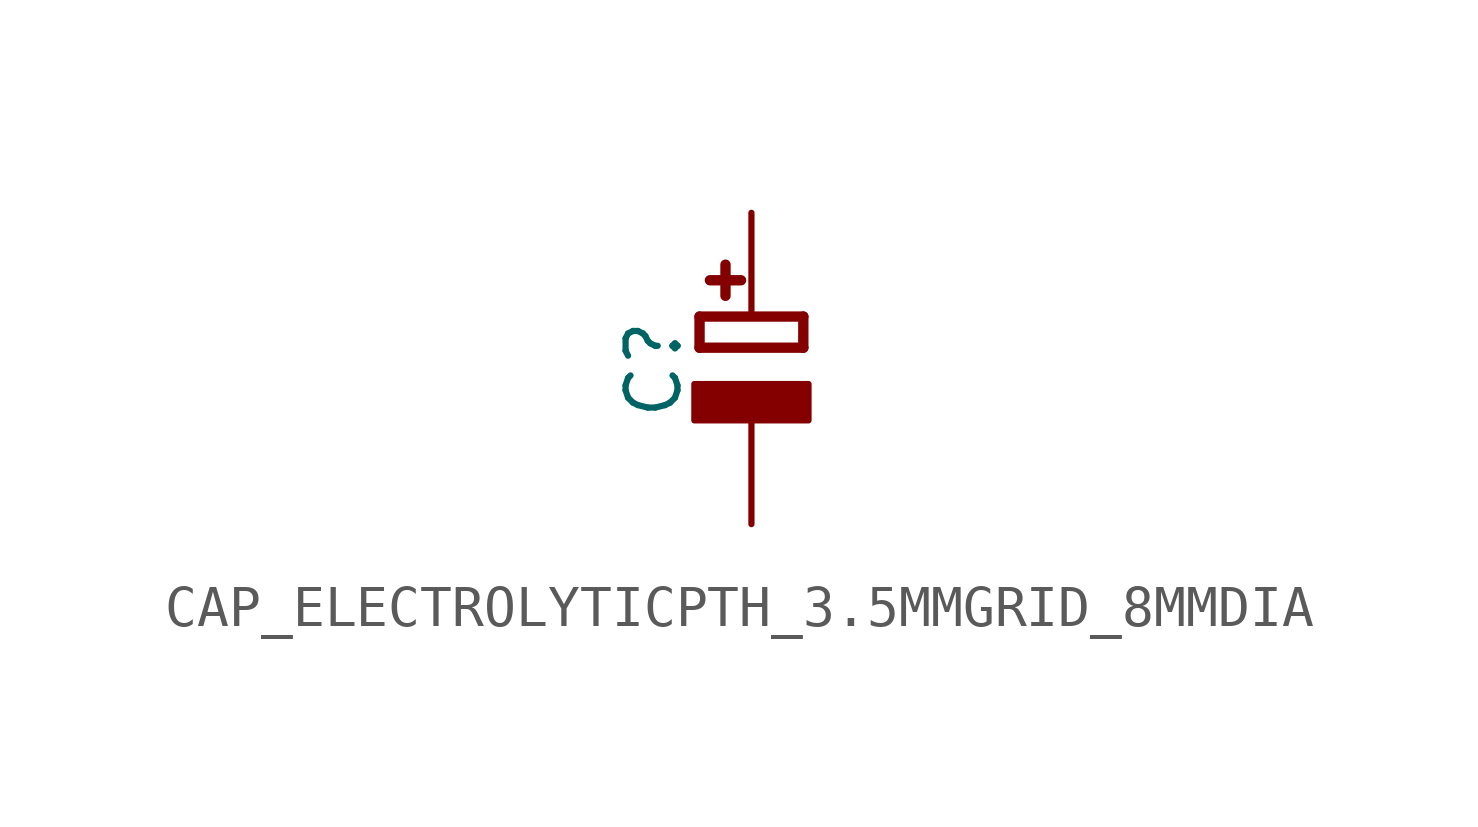
<source format=kicad_sym>
(kicad_symbol_lib
  (version 20220914)
  (generator kicad_symbol_editor)
  (symbol "CAP_ELECTROLYTICPTH_3.5MMGRID_8MMDIA"
    (property "Reference" "C"
      (at -2.39 1.25 90)
      (effects (font (size 1.27 1.27))))
    (property "Value" ""
      (at 2.5 1.25 90)
      (effects (font (size 1.27 1.27))))
    (property "ki_locked" ""
      (at 0 0 0)
      (effects (font (size 1.27 1.27))))
    (symbol "CAP_ELECTROLYTICPTH_3.5MMGRID_8MMDIA_1_0"
      (rectangle (start -1.397 0) (end 1.397 0.889) (stroke (width 0) (type default)) (fill (type outline)))
      (polyline (pts (xy -1.27 1.778) (xy -1.27 2.54)) (stroke (width 0.254) (type solid)) (fill (type none)))
      (polyline (pts (xy -1.27 2.54) (xy 1.27 2.54)) (stroke (width 0.254) (type solid)) (fill (type none)))
      (polyline (pts (xy -1.016 3.429) (xy -0.254 3.429)) (stroke (width 0.254) (type solid)) (fill (type none)))
      (polyline (pts (xy -0.635 3.81) (xy -0.635 3.048)) (stroke (width 0.254) (type solid)) (fill (type none)))
      (polyline (pts (xy 1.27 1.778) (xy -1.27 1.778)) (stroke (width 0.254) (type solid)) (fill (type none)))
      (polyline (pts (xy 1.27 2.54) (xy 1.27 1.778)) (stroke (width 0.254) (type solid)) (fill (type none)))
      (pin passive line (at 0 5.08 270) (length 2.54) (name "+" (effects (font (size 0 0)))) (number "+" (effects (font (size 0 0)))))
      (pin passive line (at 0 -2.54 90) (length 2.54) (name "-" (effects (font (size 0 0)))) (number "-" (effects (font (size 0 0))))))))
</source>
